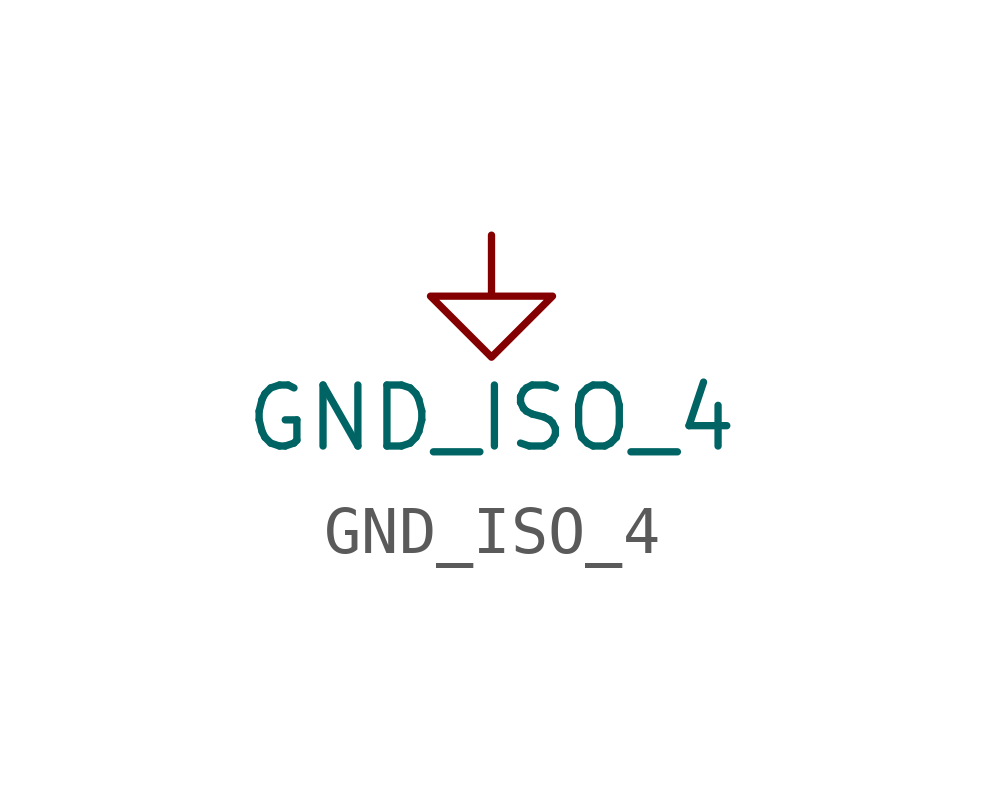
<source format=kicad_sym>
(kicad_symbol_lib
  (version 20220914)
  (generator kicad_symbol_editor)
  (symbol "GND_ISO_4"
    (power)
    (pin_names
      (offset 0))
    (property "Reference" "#PWR"
      (at 0 -6.35 0)
      (effects (font (size 1.27 1.27)) hide))
    (property "Value" "GND_ISO_4"
      (at 0 -3.81 0)
      (effects (font (size 1.27 1.27))))
    (symbol "GND_ISO_4_0_1"
      (polyline (pts (xy 0 0) (xy 0 -1.27) (xy 1.27 -1.27) (xy 0 -2.54) (xy -1.27 -1.27) (xy 0 -1.27)) (stroke (width 0) (type default)) (fill (type none))))
    (symbol "GND_ISO_4_1_1"
      (pin power_in line (at 0 0 0) (length 0) hide (name "GND_ISO_4" (effects (font (size 1.27 1.27)))) (number "1" (effects (font (size 1.27 1.27))))))))
</source>
